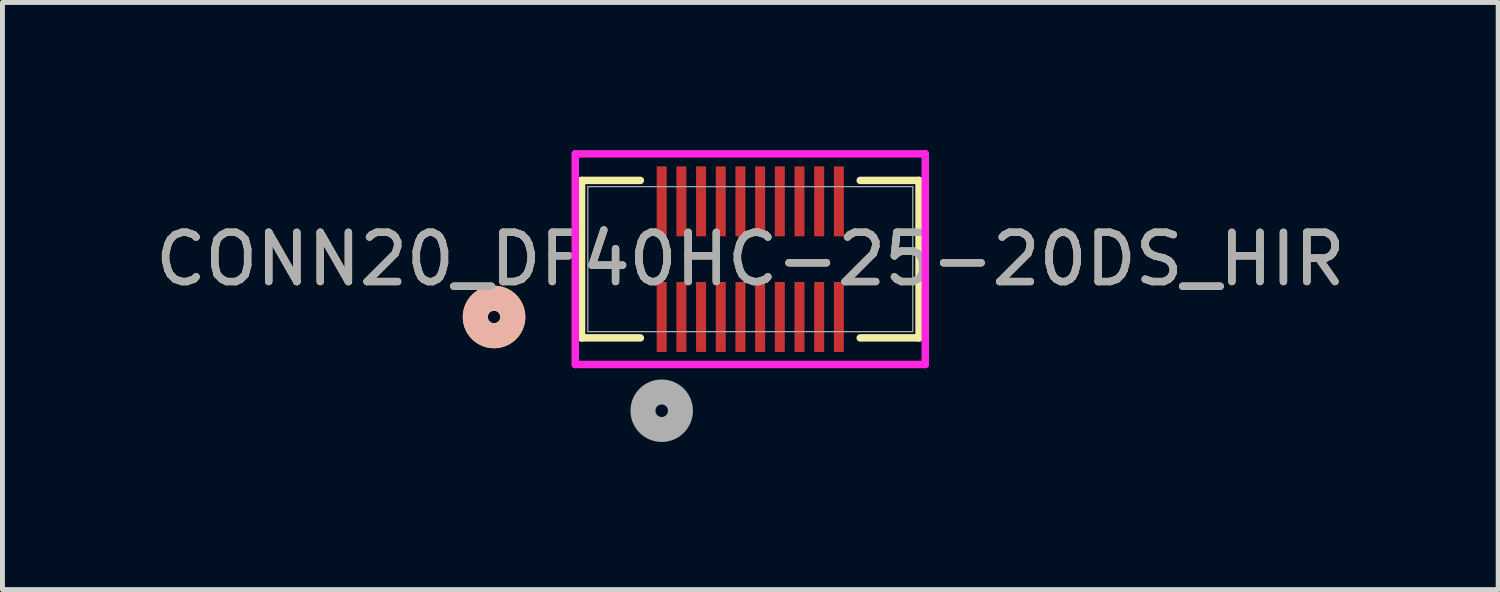
<source format=kicad_pcb>
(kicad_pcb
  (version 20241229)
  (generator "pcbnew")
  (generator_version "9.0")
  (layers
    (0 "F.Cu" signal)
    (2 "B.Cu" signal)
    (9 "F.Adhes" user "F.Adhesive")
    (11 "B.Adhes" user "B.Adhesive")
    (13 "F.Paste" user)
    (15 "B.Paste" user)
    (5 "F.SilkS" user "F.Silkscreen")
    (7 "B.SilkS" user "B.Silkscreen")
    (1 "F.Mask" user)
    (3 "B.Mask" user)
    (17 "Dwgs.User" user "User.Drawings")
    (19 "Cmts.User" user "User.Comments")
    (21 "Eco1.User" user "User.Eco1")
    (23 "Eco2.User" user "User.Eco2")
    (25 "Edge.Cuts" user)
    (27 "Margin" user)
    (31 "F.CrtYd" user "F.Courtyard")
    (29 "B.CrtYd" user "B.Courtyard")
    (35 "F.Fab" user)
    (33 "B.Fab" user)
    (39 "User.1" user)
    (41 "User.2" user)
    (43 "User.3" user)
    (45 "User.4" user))
  (footprint "CONN20_DF40HC-25-20DS_HIR"
    (layer "F.Cu")
    (at 12.196 2.216)
    (property "Reference" "CONN20_DF40HC-25-20DS_HIR" (at 0 0 0) (unlocked yes) (layer "F.SilkS") (effects (font (size 1 1) (thickness 0.15))))
    (attr smd)
    (fp_line (start -3.429 -1.6) (end -3.429 1.6) (stroke (width 0.152) (type solid)) (layer "F.SilkS"))
    (fp_line (start -3.429 1.6) (end -2.234 1.6) (stroke (width 0.152) (type solid)) (layer "F.SilkS"))
    (fp_line (start -2.234 -1.6) (end -3.429 -1.6) (stroke (width 0.152) (type solid)) (layer "F.SilkS"))
    (fp_line (start 2.234 1.6) (end 3.429 1.6) (stroke (width 0.152) (type solid)) (layer "F.SilkS"))
    (fp_line (start 3.429 -1.6) (end 2.234 -1.6) (stroke (width 0.152) (type solid)) (layer "F.SilkS"))
    (fp_line (start 3.429 1.6) (end 3.429 -1.6) (stroke (width 0.152) (type solid)) (layer "F.SilkS"))
    (fp_circle (center -5.207 1.175) (end -4.826 1.175) (stroke (width 0.508) (type solid)) (fill no) (layer "F.SilkS"))
    (fp_circle (center -5.207 1.175) (end -4.826 1.175) (stroke (width 0.508) (type solid)) (fill no) (layer "B.SilkS"))
    (fp_line (start -3.556 -2.14) (end -3.556 2.14) (stroke (width 0.152) (type solid)) (layer "F.CrtYd"))
    (fp_line (start -3.556 2.14) (end 3.556 2.14) (stroke (width 0.152) (type solid)) (layer "F.CrtYd"))
    (fp_line (start 3.556 -2.14) (end -3.556 -2.14) (stroke (width 0.152) (type solid)) (layer "F.CrtYd"))
    (fp_line (start 3.556 2.14) (end 3.556 -2.14) (stroke (width 0.152) (type solid)) (layer "F.CrtYd"))
    (fp_line (start -3.302 -1.473) (end -3.302 1.473) (stroke (width 0.025) (type solid)) (layer "F.Fab"))
    (fp_line (start -3.302 1.473) (end 3.302 1.473) (stroke (width 0.025) (type solid)) (layer "F.Fab"))
    (fp_line (start 3.302 -1.473) (end -3.302 -1.473) (stroke (width 0.025) (type solid)) (layer "F.Fab"))
    (fp_line (start 3.302 1.473) (end 3.302 -1.473) (stroke (width 0.025) (type solid)) (layer "F.Fab"))
    (fp_circle (center -1.8 3.08) (end -1.419 3.08) (stroke (width 0.508) (type solid)) (fill no) (layer "F.Fab"))
    (fp_text user "${REFERENCE}" (at 0 0 0) (unlocked yes) (layer "F.Fab") (effects (font (size 1 1) (thickness 0.15))))
    (pad "1" smd rect (at -1.8 1.175) (size 0.203 1.422) (layers "F.Cu" "F.Mask" "F.Paste"))
    (pad "2" smd rect (at -1.4 1.175) (size 0.203 1.422) (layers "F.Cu" "F.Mask" "F.Paste"))
    (pad "3" smd rect (at -1 1.175) (size 0.203 1.422) (layers "F.Cu" "F.Mask" "F.Paste"))
    (pad "4" smd rect (at -0.6 1.175) (size 0.203 1.422) (layers "F.Cu" "F.Mask" "F.Paste"))
    (pad "5" smd rect (at -0.2 1.175) (size 0.203 1.422) (layers "F.Cu" "F.Mask" "F.Paste"))
    (pad "6" smd rect (at 0.2 1.175) (size 0.203 1.422) (layers "F.Cu" "F.Mask" "F.Paste"))
    (pad "7" smd rect (at 0.6 1.175) (size 0.203 1.422) (layers "F.Cu" "F.Mask" "F.Paste"))
    (pad "8" smd rect (at 1 1.175) (size 0.203 1.422) (layers "F.Cu" "F.Mask" "F.Paste"))
    (pad "9" smd rect (at 1.4 1.175) (size 0.203 1.422) (layers "F.Cu" "F.Mask" "F.Paste"))
    (pad "10" smd rect (at 1.8 1.175) (size 0.203 1.422) (layers "F.Cu" "F.Mask" "F.Paste"))
    (pad "11" smd rect (at -1.8 -1.175) (size 0.203 1.422) (layers "F.Cu" "F.Mask" "F.Paste"))
    (pad "12" smd rect (at -1.4 -1.175) (size 0.203 1.422) (layers "F.Cu" "F.Mask" "F.Paste"))
    (pad "13" smd rect (at -1 -1.175) (size 0.203 1.422) (layers "F.Cu" "F.Mask" "F.Paste"))
    (pad "14" smd rect (at -0.6 -1.175) (size 0.203 1.422) (layers "F.Cu" "F.Mask" "F.Paste"))
    (pad "15" smd rect (at -0.2 -1.175) (size 0.203 1.422) (layers "F.Cu" "F.Mask" "F.Paste"))
    (pad "16" smd rect (at 0.2 -1.175) (size 0.203 1.422) (layers "F.Cu" "F.Mask" "F.Paste"))
    (pad "17" smd rect (at 0.6 -1.175) (size 0.203 1.422) (layers "F.Cu" "F.Mask" "F.Paste"))
    (pad "18" smd rect (at 1 -1.175) (size 0.203 1.422) (layers "F.Cu" "F.Mask" "F.Paste"))
    (pad "19" smd rect (at 1.4 -1.175) (size 0.203 1.422) (layers "F.Cu" "F.Mask" "F.Paste"))
    (pad "20" smd rect (at 1.8 -1.175) (size 0.203 1.422) (layers "F.Cu" "F.Mask" "F.Paste")))
  (gr_rect
    (start -3 -3)
    (end 27.393 8.931)
    (stroke (width 0.1) (type default))
    (fill no)
    (layer "Edge.Cuts")))
</source>
